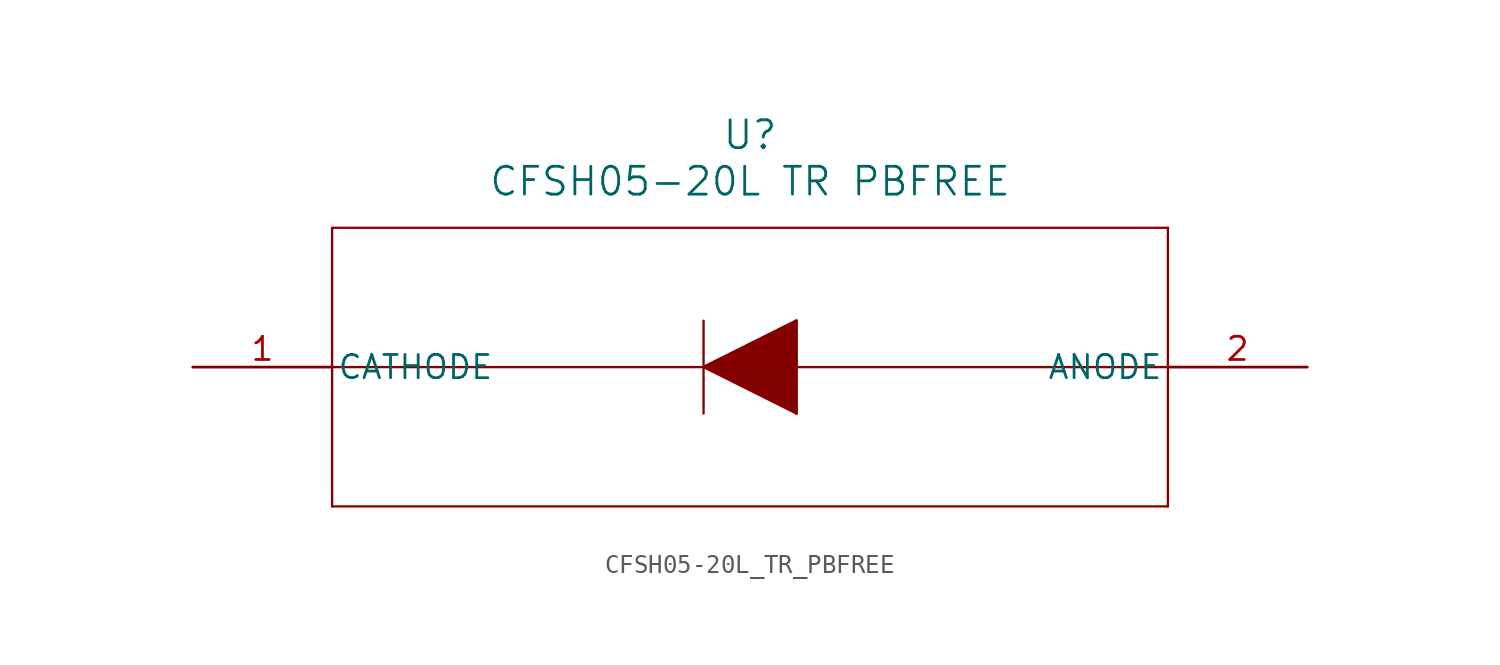
<source format=kicad_sym>
(kicad_symbol_lib
  (version 20211014)
  (generator kicad_symbol_editor)
  (symbol "CFSH05-20L_TR_PBFREE"
    (pin_names
      (offset 0.254))
    (property "Reference" "U"
      (at 30.48 12.7 0)
      (effects (font (size 1.524 1.524))))
    (property "Value" "CFSH05-20L TR PBFREE"
      (at 30.48 10.16 0)
      (effects (font (size 1.524 1.524))))
    (symbol "CFSH05-20L_TR_PBFREE_0_1"
      (polyline (pts (xy 7.62 7.62) (xy 7.62 -7.62)) (stroke (width 0.127) (type default) (color 0 0 0 0)) (fill (type none)))
      (polyline (pts (xy 7.62 -7.62) (xy 53.34 -7.62)) (stroke (width 0.127) (type default) (color 0 0 0 0)) (fill (type none)))
      (polyline (pts (xy 53.34 -7.62) (xy 53.34 7.62)) (stroke (width 0.127) (type default) (color 0 0 0 0)) (fill (type none)))
      (polyline (pts (xy 53.34 7.62) (xy 7.62 7.62)) (stroke (width 0.127) (type default) (color 0 0 0 0)) (fill (type none)))
      (polyline (pts (xy 7.62 0) (xy 53.34 0)) (stroke (width 0.127) (type default) (color 0 0 0 0)) (fill (type none)))
      (polyline (pts (xy 27.94 0) (xy 33.02 2.54)) (stroke (width 0.127) (type default) (color 0 0 0 0)) (fill (type none)))
      (polyline (pts (xy 27.94 0) (xy 33.02 -2.54)) (stroke (width 0.127) (type default) (color 0 0 0 0)) (fill (type none)))
      (polyline (pts (xy 33.02 2.54) (xy 33.02 -2.54)) (stroke (width 0.127) (type default) (color 0 0 0 0)) (fill (type none)))
      (polyline (pts (xy 27.94 2.54) (xy 27.94 -2.54)) (stroke (width 0.127) (type default) (color 0 0 0 0)) (fill (type none)))
      (polyline (pts (xy 27.94 0) (xy 33.02 2.54) (xy 33.02 -2.54)) (stroke (width 0) (type default) (color 0 0 0 0)) (fill (type outline)))
      (pin unspecified line (at 0 0 0) (length 7.62) (name "CATHODE" (effects (font (size 1.27 1.27)))) (number "1" (effects (font (size 1.27 1.27)))))
      (pin unspecified line (at 60.96 0 180) (length 7.62) (name "ANODE" (effects (font (size 1.27 1.27)))) (number "2" (effects (font (size 1.27 1.27))))))))
</source>
